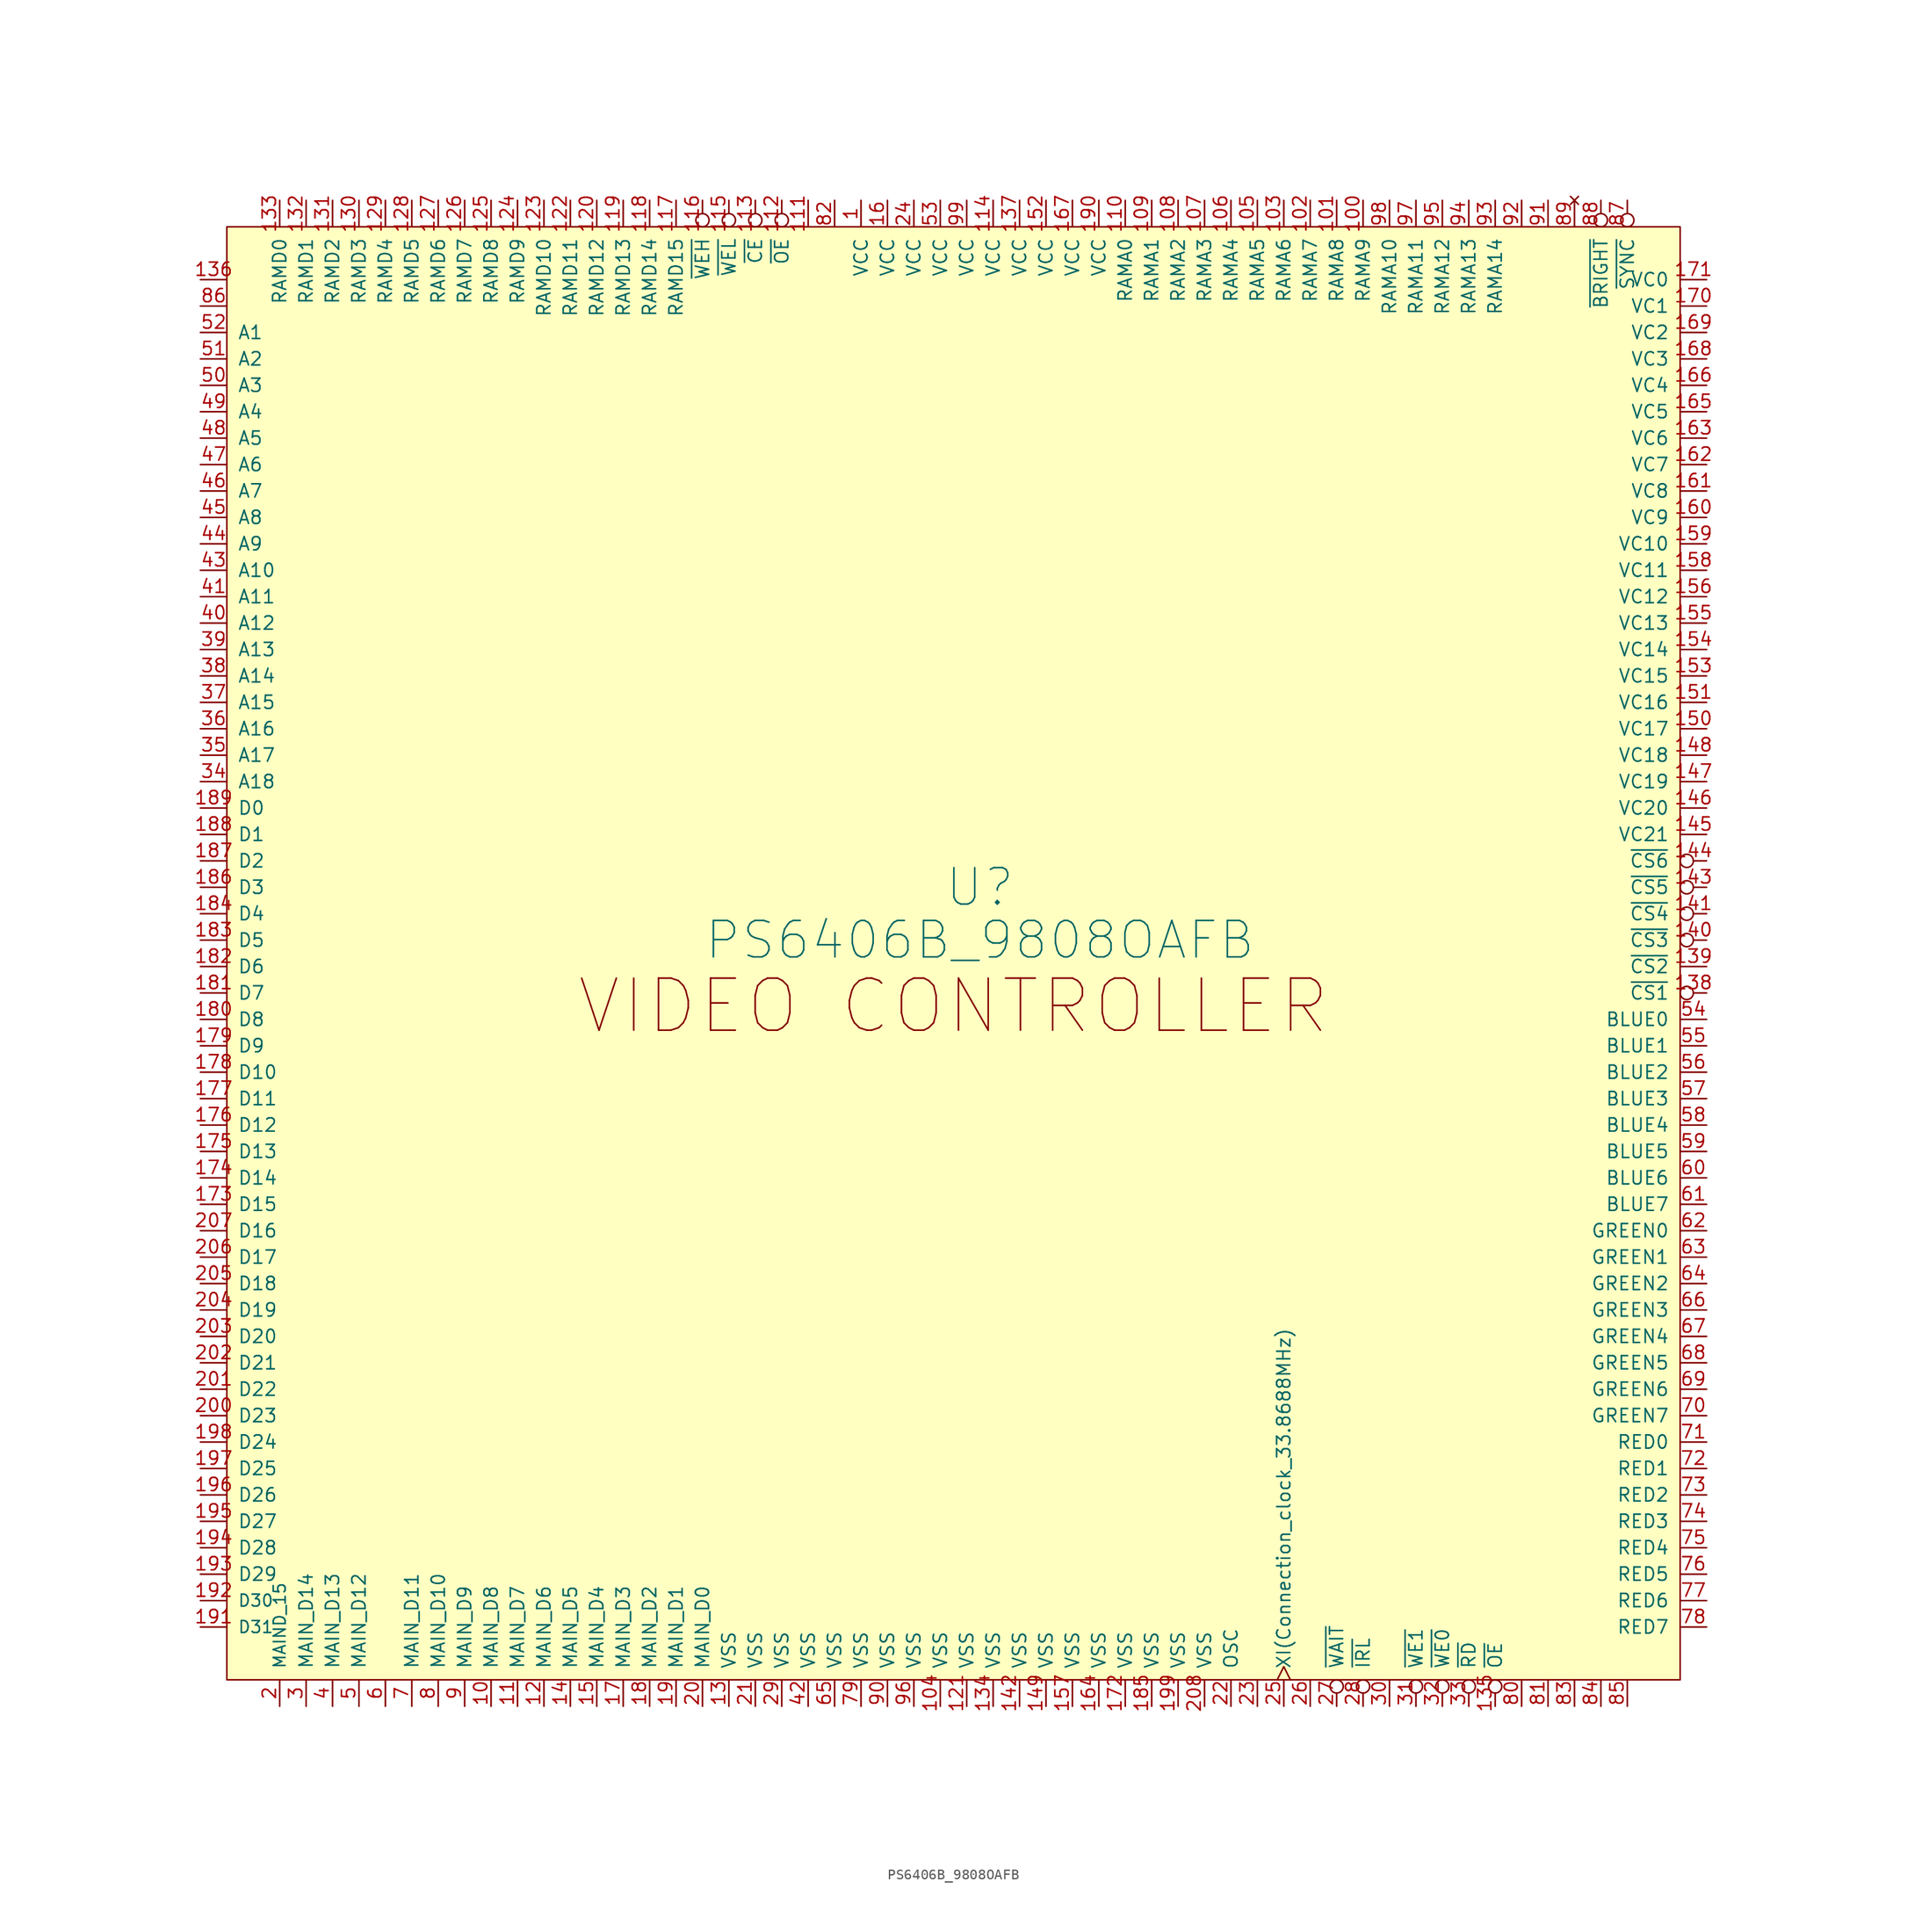
<source format=kicad_sym>
(kicad_symbol_lib
  (version 20211014)
  (generator kicad_symbol_editor)
  (symbol "PS6406B_9808OAFB"
    (pin_names
      (offset 1.016))
    (property "Reference" "U"
      (at 0 5.08 0)
      (effects (font (size 3.505 3.505))))
    (property "Value" "PS6406B_9808OAFB"
      (at 0 0 0)
      (effects (font (size 3.505 3.505))))
    (symbol "PS6406B_9808OAFB_0_0"
      (text "VIDEO CONTROLLER" (at -2.54 -6.35 0) (effects (font (size 5.004 5.004)))))
    (symbol "PS6406B_9808OAFB_0_1"
      (rectangle (start -72.39 68.58) (end 67.31 -71.12) (stroke (width 0) (type default) (color 0 0 0 0)) (fill (type background))))
    (symbol "PS6406B_9808OAFB_1_1"
      (pin power_in line (at -11.43 71.12 270) (length 2.54) (name "VCC" (effects (font (size 1.27 1.27)))) (number "1" (effects (font (size 1.27 1.27)))))
      (pin tri_state line (at -46.99 -73.66 90) (length 2.54) (name "MAIN_D8" (effects (font (size 1.27 1.27)))) (number "10" (effects (font (size 1.27 1.27)))))
      (pin output line (at 36.83 71.12 270) (length 2.54) (name "RAMA9" (effects (font (size 1.27 1.27)))) (number "100" (effects (font (size 1.27 1.27)))))
      (pin output line (at 34.29 71.12 270) (length 2.54) (name "RAMA8" (effects (font (size 1.27 1.27)))) (number "101" (effects (font (size 1.27 1.27)))))
      (pin output line (at 31.75 71.12 270) (length 2.54) (name "RAMA7" (effects (font (size 1.27 1.27)))) (number "102" (effects (font (size 1.27 1.27)))))
      (pin output line (at 29.21 71.12 270) (length 2.54) (name "RAMA6" (effects (font (size 1.27 1.27)))) (number "103" (effects (font (size 1.27 1.27)))))
      (pin power_in line (at -3.81 -73.66 90) (length 2.54) (name "VSS" (effects (font (size 1.27 1.27)))) (number "104" (effects (font (size 1.27 1.27)))))
      (pin output line (at 26.67 71.12 270) (length 2.54) (name "RAMA5" (effects (font (size 1.27 1.27)))) (number "105" (effects (font (size 1.27 1.27)))))
      (pin output line (at 24.13 71.12 270) (length 2.54) (name "RAMA4" (effects (font (size 1.27 1.27)))) (number "106" (effects (font (size 1.27 1.27)))))
      (pin output line (at 21.59 71.12 270) (length 2.54) (name "RAMA3" (effects (font (size 1.27 1.27)))) (number "107" (effects (font (size 1.27 1.27)))))
      (pin output line (at 19.05 71.12 270) (length 2.54) (name "RAMA2" (effects (font (size 1.27 1.27)))) (number "108" (effects (font (size 1.27 1.27)))))
      (pin output line (at 16.51 71.12 270) (length 2.54) (name "RAMA1" (effects (font (size 1.27 1.27)))) (number "109" (effects (font (size 1.27 1.27)))))
      (pin tri_state line (at -44.45 -73.66 90) (length 2.54) (name "MAIN_D7" (effects (font (size 1.27 1.27)))) (number "11" (effects (font (size 1.27 1.27)))))
      (pin output line (at 13.97 71.12 270) (length 2.54) (name "RAMA0" (effects (font (size 1.27 1.27)))) (number "110" (effects (font (size 1.27 1.27)))))
      (pin input line (at -16.51 71.12 270) (length 2.54) (name "~" (effects (font (size 1.27 1.27)))) (number "111" (effects (font (size 1.27 1.27)))))
      (pin output inverted (at -19.05 71.12 270) (length 2.54) (name "~{OE}" (effects (font (size 1.27 1.27)))) (number "112" (effects (font (size 1.27 1.27)))))
      (pin output inverted (at -21.59 71.12 270) (length 2.54) (name "~{CE}" (effects (font (size 1.27 1.27)))) (number "113" (effects (font (size 1.27 1.27)))))
      (pin power_in line (at 1.27 71.12 270) (length 2.54) (name "VCC" (effects (font (size 1.27 1.27)))) (number "114" (effects (font (size 1.27 1.27)))))
      (pin output inverted (at -24.13 71.12 270) (length 2.54) (name "~{WEL}" (effects (font (size 1.27 1.27)))) (number "115" (effects (font (size 1.27 1.27)))))
      (pin output inverted (at -26.67 71.12 270) (length 2.54) (name "~{WEH}" (effects (font (size 1.27 1.27)))) (number "116" (effects (font (size 1.27 1.27)))))
      (pin input line (at -29.21 71.12 270) (length 2.54) (name "RAMD15" (effects (font (size 1.27 1.27)))) (number "117" (effects (font (size 1.27 1.27)))))
      (pin input line (at -31.75 71.12 270) (length 2.54) (name "RAMD14" (effects (font (size 1.27 1.27)))) (number "118" (effects (font (size 1.27 1.27)))))
      (pin input line (at -34.29 71.12 270) (length 2.54) (name "RAMD13" (effects (font (size 1.27 1.27)))) (number "119" (effects (font (size 1.27 1.27)))))
      (pin tri_state line (at -41.91 -73.66 90) (length 2.54) (name "MAIN_D6" (effects (font (size 1.27 1.27)))) (number "12" (effects (font (size 1.27 1.27)))))
      (pin input line (at -36.83 71.12 270) (length 2.54) (name "RAMD12" (effects (font (size 1.27 1.27)))) (number "120" (effects (font (size 1.27 1.27)))))
      (pin power_in line (at -1.27 -73.66 90) (length 2.54) (name "VSS" (effects (font (size 1.27 1.27)))) (number "121" (effects (font (size 1.27 1.27)))))
      (pin input line (at -39.37 71.12 270) (length 2.54) (name "RAMD11" (effects (font (size 1.27 1.27)))) (number "122" (effects (font (size 1.27 1.27)))))
      (pin input line (at -41.91 71.12 270) (length 2.54) (name "RAMD10" (effects (font (size 1.27 1.27)))) (number "123" (effects (font (size 1.27 1.27)))))
      (pin input line (at -44.45 71.12 270) (length 2.54) (name "RAMD9" (effects (font (size 1.27 1.27)))) (number "124" (effects (font (size 1.27 1.27)))))
      (pin input line (at -46.99 71.12 270) (length 2.54) (name "RAMD8" (effects (font (size 1.27 1.27)))) (number "125" (effects (font (size 1.27 1.27)))))
      (pin input line (at -49.53 71.12 270) (length 2.54) (name "RAMD7" (effects (font (size 1.27 1.27)))) (number "126" (effects (font (size 1.27 1.27)))))
      (pin input line (at -52.07 71.12 270) (length 2.54) (name "RAMD6" (effects (font (size 1.27 1.27)))) (number "127" (effects (font (size 1.27 1.27)))))
      (pin input line (at -54.61 71.12 270) (length 2.54) (name "RAMD5" (effects (font (size 1.27 1.27)))) (number "128" (effects (font (size 1.27 1.27)))))
      (pin input line (at -57.15 71.12 270) (length 2.54) (name "RAMD4" (effects (font (size 1.27 1.27)))) (number "129" (effects (font (size 1.27 1.27)))))
      (pin power_in line (at -24.13 -73.66 90) (length 2.54) (name "VSS" (effects (font (size 1.27 1.27)))) (number "13" (effects (font (size 1.27 1.27)))))
      (pin input line (at -59.69 71.12 270) (length 2.54) (name "RAMD3" (effects (font (size 1.27 1.27)))) (number "130" (effects (font (size 1.27 1.27)))))
      (pin input line (at -62.23 71.12 270) (length 2.54) (name "RAMD2" (effects (font (size 1.27 1.27)))) (number "131" (effects (font (size 1.27 1.27)))))
      (pin input line (at -64.77 71.12 270) (length 2.54) (name "RAMD1" (effects (font (size 1.27 1.27)))) (number "132" (effects (font (size 1.27 1.27)))))
      (pin input line (at -67.31 71.12 270) (length 2.54) (name "RAMD0" (effects (font (size 1.27 1.27)))) (number "133" (effects (font (size 1.27 1.27)))))
      (pin power_in line (at 1.27 -73.66 90) (length 2.54) (name "VSS" (effects (font (size 1.27 1.27)))) (number "134" (effects (font (size 1.27 1.27)))))
      (pin output inverted (at 49.53 -73.66 90) (length 2.54) (name "~{OE}" (effects (font (size 1.27 1.27)))) (number "135" (effects (font (size 1.27 1.27)))))
      (pin input line (at -74.93 63.5 0) (length 2.54) (name "~" (effects (font (size 1.27 1.27)))) (number "136" (effects (font (size 1.27 1.27)))))
      (pin power_in line (at 3.81 71.12 270) (length 2.54) (name "VCC" (effects (font (size 1.27 1.27)))) (number "137" (effects (font (size 1.27 1.27)))))
      (pin output inverted (at 69.85 -5.08 180) (length 2.54) (name "~{CS1}" (effects (font (size 1.27 1.27)))) (number "138" (effects (font (size 1.27 1.27)))))
      (pin output line (at 69.85 -2.54 180) (length 2.54) (name "~{CS2}" (effects (font (size 1.27 1.27)))) (number "139" (effects (font (size 1.27 1.27)))))
      (pin tri_state line (at -39.37 -73.66 90) (length 2.54) (name "MAIN_D5" (effects (font (size 1.27 1.27)))) (number "14" (effects (font (size 1.27 1.27)))))
      (pin output inverted (at 69.85 0 180) (length 2.54) (name "~{CS3}" (effects (font (size 1.27 1.27)))) (number "140" (effects (font (size 1.27 1.27)))))
      (pin output inverted (at 69.85 2.54 180) (length 2.54) (name "~{CS4}" (effects (font (size 1.27 1.27)))) (number "141" (effects (font (size 1.27 1.27)))))
      (pin power_in line (at 3.81 -73.66 90) (length 2.54) (name "VSS" (effects (font (size 1.27 1.27)))) (number "142" (effects (font (size 1.27 1.27)))))
      (pin output inverted (at 69.85 5.08 180) (length 2.54) (name "~{CS5}" (effects (font (size 1.27 1.27)))) (number "143" (effects (font (size 1.27 1.27)))))
      (pin output inverted (at 69.85 7.62 180) (length 2.54) (name "~{CS6}" (effects (font (size 1.27 1.27)))) (number "144" (effects (font (size 1.27 1.27)))))
      (pin output line (at 69.85 10.16 180) (length 2.54) (name "VC21" (effects (font (size 1.27 1.27)))) (number "145" (effects (font (size 1.27 1.27)))))
      (pin output line (at 69.85 12.7 180) (length 2.54) (name "VC20" (effects (font (size 1.27 1.27)))) (number "146" (effects (font (size 1.27 1.27)))))
      (pin output line (at 69.85 15.24 180) (length 2.54) (name "VC19" (effects (font (size 1.27 1.27)))) (number "147" (effects (font (size 1.27 1.27)))))
      (pin output line (at 69.85 17.78 180) (length 2.54) (name "VC18" (effects (font (size 1.27 1.27)))) (number "148" (effects (font (size 1.27 1.27)))))
      (pin power_in line (at 6.35 -73.66 90) (length 2.54) (name "VSS" (effects (font (size 1.27 1.27)))) (number "149" (effects (font (size 1.27 1.27)))))
      (pin tri_state line (at -36.83 -73.66 90) (length 2.54) (name "MAIN_D4" (effects (font (size 1.27 1.27)))) (number "15" (effects (font (size 1.27 1.27)))))
      (pin output line (at 69.85 20.32 180) (length 2.54) (name "VC17" (effects (font (size 1.27 1.27)))) (number "150" (effects (font (size 1.27 1.27)))))
      (pin output line (at 69.85 22.86 180) (length 2.54) (name "VC16" (effects (font (size 1.27 1.27)))) (number "151" (effects (font (size 1.27 1.27)))))
      (pin power_in line (at 6.35 71.12 270) (length 2.54) (name "VCC" (effects (font (size 1.27 1.27)))) (number "152" (effects (font (size 1.27 1.27)))))
      (pin output line (at 69.85 25.4 180) (length 2.54) (name "VC15" (effects (font (size 1.27 1.27)))) (number "153" (effects (font (size 1.27 1.27)))))
      (pin output line (at 69.85 27.94 180) (length 2.54) (name "VC14" (effects (font (size 1.27 1.27)))) (number "154" (effects (font (size 1.27 1.27)))))
      (pin output line (at 69.85 30.48 180) (length 2.54) (name "VC13" (effects (font (size 1.27 1.27)))) (number "155" (effects (font (size 1.27 1.27)))))
      (pin output line (at 69.85 33.02 180) (length 2.54) (name "VC12" (effects (font (size 1.27 1.27)))) (number "156" (effects (font (size 1.27 1.27)))))
      (pin power_in line (at 8.89 -73.66 90) (length 2.54) (name "VSS" (effects (font (size 1.27 1.27)))) (number "157" (effects (font (size 1.27 1.27)))))
      (pin output line (at 69.85 35.56 180) (length 2.54) (name "VC11" (effects (font (size 1.27 1.27)))) (number "158" (effects (font (size 1.27 1.27)))))
      (pin output line (at 69.85 38.1 180) (length 2.54) (name "VC10" (effects (font (size 1.27 1.27)))) (number "159" (effects (font (size 1.27 1.27)))))
      (pin power_in line (at -8.89 71.12 270) (length 2.54) (name "VCC" (effects (font (size 1.27 1.27)))) (number "16" (effects (font (size 1.27 1.27)))))
      (pin output line (at 69.85 40.64 180) (length 2.54) (name "VC9" (effects (font (size 1.27 1.27)))) (number "160" (effects (font (size 1.27 1.27)))))
      (pin output line (at 69.85 43.18 180) (length 2.54) (name "VC8" (effects (font (size 1.27 1.27)))) (number "161" (effects (font (size 1.27 1.27)))))
      (pin output line (at 69.85 45.72 180) (length 2.54) (name "VC7" (effects (font (size 1.27 1.27)))) (number "162" (effects (font (size 1.27 1.27)))))
      (pin output line (at 69.85 48.26 180) (length 2.54) (name "VC6" (effects (font (size 1.27 1.27)))) (number "163" (effects (font (size 1.27 1.27)))))
      (pin power_in line (at 11.43 -73.66 90) (length 2.54) (name "VSS" (effects (font (size 1.27 1.27)))) (number "164" (effects (font (size 1.27 1.27)))))
      (pin output line (at 69.85 50.8 180) (length 2.54) (name "VC5" (effects (font (size 1.27 1.27)))) (number "165" (effects (font (size 1.27 1.27)))))
      (pin output line (at 69.85 53.34 180) (length 2.54) (name "VC4" (effects (font (size 1.27 1.27)))) (number "166" (effects (font (size 1.27 1.27)))))
      (pin power_in line (at 8.89 71.12 270) (length 2.54) (name "VCC" (effects (font (size 1.27 1.27)))) (number "167" (effects (font (size 1.27 1.27)))))
      (pin output line (at 69.85 55.88 180) (length 2.54) (name "VC3" (effects (font (size 1.27 1.27)))) (number "168" (effects (font (size 1.27 1.27)))))
      (pin output line (at 69.85 58.42 180) (length 2.54) (name "VC2" (effects (font (size 1.27 1.27)))) (number "169" (effects (font (size 1.27 1.27)))))
      (pin tri_state line (at -34.29 -73.66 90) (length 2.54) (name "MAIN_D3" (effects (font (size 1.27 1.27)))) (number "17" (effects (font (size 1.27 1.27)))))
      (pin output line (at 69.85 60.96 180) (length 2.54) (name "VC1" (effects (font (size 1.27 1.27)))) (number "170" (effects (font (size 1.27 1.27)))))
      (pin output line (at 69.85 63.5 180) (length 2.54) (name "VC0" (effects (font (size 1.27 1.27)))) (number "171" (effects (font (size 1.27 1.27)))))
      (pin power_in line (at 13.97 -73.66 90) (length 2.54) (name "VSS" (effects (font (size 1.27 1.27)))) (number "172" (effects (font (size 1.27 1.27)))))
      (pin input line (at -74.93 -25.4 0) (length 2.54) (name "D15" (effects (font (size 1.27 1.27)))) (number "173" (effects (font (size 1.27 1.27)))))
      (pin input line (at -74.93 -22.86 0) (length 2.54) (name "D14" (effects (font (size 1.27 1.27)))) (number "174" (effects (font (size 1.27 1.27)))))
      (pin input line (at -74.93 -20.32 0) (length 2.54) (name "D13" (effects (font (size 1.27 1.27)))) (number "175" (effects (font (size 1.27 1.27)))))
      (pin input line (at -74.93 -17.78 0) (length 2.54) (name "D12" (effects (font (size 1.27 1.27)))) (number "176" (effects (font (size 1.27 1.27)))))
      (pin input line (at -74.93 -15.24 0) (length 2.54) (name "D11" (effects (font (size 1.27 1.27)))) (number "177" (effects (font (size 1.27 1.27)))))
      (pin input line (at -74.93 -12.7 0) (length 2.54) (name "D10" (effects (font (size 1.27 1.27)))) (number "178" (effects (font (size 1.27 1.27)))))
      (pin input line (at -74.93 -10.16 0) (length 2.54) (name "D9" (effects (font (size 1.27 1.27)))) (number "179" (effects (font (size 1.27 1.27)))))
      (pin tri_state line (at -31.75 -73.66 90) (length 2.54) (name "MAIN_D2" (effects (font (size 1.27 1.27)))) (number "18" (effects (font (size 1.27 1.27)))))
      (pin input line (at -74.93 -7.62 0) (length 2.54) (name "D8" (effects (font (size 1.27 1.27)))) (number "180" (effects (font (size 1.27 1.27)))))
      (pin input line (at -74.93 -5.08 0) (length 2.54) (name "D7" (effects (font (size 1.27 1.27)))) (number "181" (effects (font (size 1.27 1.27)))))
      (pin input line (at -74.93 -2.54 0) (length 2.54) (name "D6" (effects (font (size 1.27 1.27)))) (number "182" (effects (font (size 1.27 1.27)))))
      (pin input line (at -74.93 0 0) (length 2.54) (name "D5" (effects (font (size 1.27 1.27)))) (number "183" (effects (font (size 1.27 1.27)))))
      (pin input line (at -74.93 2.54 0) (length 2.54) (name "D4" (effects (font (size 1.27 1.27)))) (number "184" (effects (font (size 1.27 1.27)))))
      (pin power_in line (at 16.51 -73.66 90) (length 2.54) (name "VSS" (effects (font (size 1.27 1.27)))) (number "185" (effects (font (size 1.27 1.27)))))
      (pin input line (at -74.93 5.08 0) (length 2.54) (name "D3" (effects (font (size 1.27 1.27)))) (number "186" (effects (font (size 1.27 1.27)))))
      (pin input line (at -74.93 7.62 0) (length 2.54) (name "D2" (effects (font (size 1.27 1.27)))) (number "187" (effects (font (size 1.27 1.27)))))
      (pin input line (at -74.93 10.16 0) (length 2.54) (name "D1" (effects (font (size 1.27 1.27)))) (number "188" (effects (font (size 1.27 1.27)))))
      (pin input line (at -74.93 12.7 0) (length 2.54) (name "D0" (effects (font (size 1.27 1.27)))) (number "189" (effects (font (size 1.27 1.27)))))
      (pin tri_state line (at -29.21 -73.66 90) (length 2.54) (name "MAIN_D1" (effects (font (size 1.27 1.27)))) (number "19" (effects (font (size 1.27 1.27)))))
      (pin power_in line (at 11.43 71.12 270) (length 2.54) (name "VCC" (effects (font (size 1.27 1.27)))) (number "190" (effects (font (size 1.27 1.27)))))
      (pin input line (at -74.93 -66.04 0) (length 2.54) (name "D31" (effects (font (size 1.143 1.143)))) (number "191" (effects (font (size 1.27 1.27)))))
      (pin input line (at -74.93 -63.5 0) (length 2.54) (name "D30" (effects (font (size 1.143 1.143)))) (number "192" (effects (font (size 1.27 1.27)))))
      (pin input line (at -74.93 -60.96 0) (length 2.54) (name "D29" (effects (font (size 1.27 1.27)))) (number "193" (effects (font (size 1.27 1.27)))))
      (pin input line (at -74.93 -58.42 0) (length 2.54) (name "D28" (effects (font (size 1.27 1.27)))) (number "194" (effects (font (size 1.27 1.27)))))
      (pin input line (at -74.93 -55.88 0) (length 2.54) (name "D27" (effects (font (size 1.27 1.27)))) (number "195" (effects (font (size 1.27 1.27)))))
      (pin input line (at -74.93 -53.34 0) (length 2.54) (name "D26" (effects (font (size 1.27 1.27)))) (number "196" (effects (font (size 1.27 1.27)))))
      (pin input line (at -74.93 -50.8 0) (length 2.54) (name "D25" (effects (font (size 1.27 1.27)))) (number "197" (effects (font (size 1.27 1.27)))))
      (pin input line (at -74.93 -48.26 0) (length 2.54) (name "D24" (effects (font (size 1.27 1.27)))) (number "198" (effects (font (size 1.27 1.27)))))
      (pin power_in line (at 19.05 -73.66 90) (length 2.54) (name "VSS" (effects (font (size 1.27 1.27)))) (number "199" (effects (font (size 1.27 1.27)))))
      (pin tri_state line (at -67.31 -73.66 90) (length 2.54) (name "MAIND_15" (effects (font (size 1.143 1.143)))) (number "2" (effects (font (size 1.27 1.27)))))
      (pin tri_state line (at -26.67 -73.66 90) (length 2.54) (name "MAIN_D0" (effects (font (size 1.27 1.27)))) (number "20" (effects (font (size 1.27 1.27)))))
      (pin input line (at -74.93 -45.72 0) (length 2.54) (name "D23" (effects (font (size 1.27 1.27)))) (number "200" (effects (font (size 1.27 1.27)))))
      (pin input line (at -74.93 -43.18 0) (length 2.54) (name "D22" (effects (font (size 1.27 1.27)))) (number "201" (effects (font (size 1.27 1.27)))))
      (pin input line (at -74.93 -40.64 0) (length 2.54) (name "D21" (effects (font (size 1.27 1.27)))) (number "202" (effects (font (size 1.27 1.27)))))
      (pin input line (at -74.93 -38.1 0) (length 2.54) (name "D20" (effects (font (size 1.27 1.27)))) (number "203" (effects (font (size 1.27 1.27)))))
      (pin input line (at -74.93 -35.56 0) (length 2.54) (name "D19" (effects (font (size 1.27 1.27)))) (number "204" (effects (font (size 1.27 1.27)))))
      (pin input line (at -74.93 -33.02 0) (length 2.54) (name "D18" (effects (font (size 1.27 1.27)))) (number "205" (effects (font (size 1.27 1.27)))))
      (pin input line (at -74.93 -30.48 0) (length 2.54) (name "D17" (effects (font (size 1.27 1.27)))) (number "206" (effects (font (size 1.27 1.27)))))
      (pin input line (at -74.93 -27.94 0) (length 2.54) (name "D16" (effects (font (size 1.27 1.27)))) (number "207" (effects (font (size 1.27 1.27)))))
      (pin power_in line (at 21.59 -73.66 90) (length 2.54) (name "VSS" (effects (font (size 1.27 1.27)))) (number "208" (effects (font (size 1.27 1.27)))))
      (pin power_in line (at -21.59 -73.66 90) (length 2.54) (name "VSS" (effects (font (size 1.27 1.27)))) (number "21" (effects (font (size 1.27 1.27)))))
      (pin input line (at 24.13 -73.66 90) (length 2.54) (name "OSC" (effects (font (size 1.27 1.27)))) (number "22" (effects (font (size 1.27 1.27)))))
      (pin output line (at 26.67 -73.66 90) (length 2.54) (name "~" (effects (font (size 1.27 1.27)))) (number "23" (effects (font (size 1.27 1.27)))))
      (pin power_in line (at -6.35 71.12 270) (length 2.54) (name "VCC" (effects (font (size 1.27 1.27)))) (number "24" (effects (font (size 1.27 1.27)))))
      (pin output clock (at 29.21 -73.66 90) (length 2.54) (name "XI(Connection_clock_33.8688MHz)" (effects (font (size 1.27 1.27)))) (number "25" (effects (font (size 1.27 1.27)))))
      (pin output line (at 31.75 -73.66 90) (length 2.54) (name "~" (effects (font (size 1.27 1.27)))) (number "26" (effects (font (size 1.27 1.27)))))
      (pin output inverted (at 34.29 -73.66 90) (length 2.54) (name "~{WAIT}" (effects (font (size 1.27 1.27)))) (number "27" (effects (font (size 1.27 1.27)))))
      (pin output inverted (at 36.83 -73.66 90) (length 2.54) (name "~{IRL}" (effects (font (size 1.27 1.27)))) (number "28" (effects (font (size 1.27 1.27)))))
      (pin power_in line (at -19.05 -73.66 90) (length 2.54) (name "VSS" (effects (font (size 1.27 1.27)))) (number "29" (effects (font (size 1.27 1.27)))))
      (pin tri_state line (at -64.77 -73.66 90) (length 2.54) (name "MAIN_D14" (effects (font (size 1.27 1.27)))) (number "3" (effects (font (size 1.27 1.27)))))
      (pin input line (at 39.37 -73.66 90) (length 2.54) (name "~" (effects (font (size 1.27 1.27)))) (number "30" (effects (font (size 1.27 1.27)))))
      (pin input inverted (at 41.91 -73.66 90) (length 2.54) (name "~{WE1}" (effects (font (size 1.27 1.27)))) (number "31" (effects (font (size 1.27 1.27)))))
      (pin input inverted (at 44.45 -73.66 90) (length 2.54) (name "~{WE0}" (effects (font (size 1.27 1.27)))) (number "32" (effects (font (size 1.27 1.27)))))
      (pin input inverted (at 46.99 -73.66 90) (length 2.54) (name "~{RD}" (effects (font (size 1.27 1.27)))) (number "33" (effects (font (size 1.27 1.27)))))
      (pin input line (at -74.93 15.24 0) (length 2.54) (name "A18" (effects (font (size 1.27 1.27)))) (number "34" (effects (font (size 1.27 1.27)))))
      (pin input line (at -74.93 17.78 0) (length 2.54) (name "A17" (effects (font (size 1.27 1.27)))) (number "35" (effects (font (size 1.27 1.27)))))
      (pin input line (at -74.93 20.32 0) (length 2.54) (name "A16" (effects (font (size 1.27 1.27)))) (number "36" (effects (font (size 1.27 1.27)))))
      (pin input line (at -74.93 22.86 0) (length 2.54) (name "A15" (effects (font (size 1.27 1.27)))) (number "37" (effects (font (size 1.27 1.27)))))
      (pin input line (at -74.93 25.4 0) (length 2.54) (name "A14" (effects (font (size 1.27 1.27)))) (number "38" (effects (font (size 1.27 1.27)))))
      (pin input line (at -74.93 27.94 0) (length 2.54) (name "A13" (effects (font (size 1.27 1.27)))) (number "39" (effects (font (size 1.27 1.27)))))
      (pin tri_state line (at -62.23 -73.66 90) (length 2.54) (name "MAIN_D13" (effects (font (size 1.27 1.27)))) (number "4" (effects (font (size 1.27 1.27)))))
      (pin input line (at -74.93 30.48 0) (length 2.54) (name "A12" (effects (font (size 1.27 1.27)))) (number "40" (effects (font (size 1.27 1.27)))))
      (pin input line (at -74.93 33.02 0) (length 2.54) (name "A11" (effects (font (size 1.27 1.27)))) (number "41" (effects (font (size 1.27 1.27)))))
      (pin power_in line (at -16.51 -73.66 90) (length 2.54) (name "VSS" (effects (font (size 1.27 1.27)))) (number "42" (effects (font (size 1.27 1.27)))))
      (pin input line (at -74.93 35.56 0) (length 2.54) (name "A10" (effects (font (size 1.27 1.27)))) (number "43" (effects (font (size 1.27 1.27)))))
      (pin input line (at -74.93 38.1 0) (length 2.54) (name "A9" (effects (font (size 1.27 1.27)))) (number "44" (effects (font (size 1.27 1.27)))))
      (pin input line (at -74.93 40.64 0) (length 2.54) (name "A8" (effects (font (size 1.27 1.27)))) (number "45" (effects (font (size 1.27 1.27)))))
      (pin input line (at -74.93 43.18 0) (length 2.54) (name "A7" (effects (font (size 1.27 1.27)))) (number "46" (effects (font (size 1.27 1.27)))))
      (pin input line (at -74.93 45.72 0) (length 2.54) (name "A6" (effects (font (size 1.27 1.27)))) (number "47" (effects (font (size 1.27 1.27)))))
      (pin input line (at -74.93 48.26 0) (length 2.54) (name "A5" (effects (font (size 1.27 1.27)))) (number "48" (effects (font (size 1.27 1.27)))))
      (pin input line (at -74.93 50.8 0) (length 2.54) (name "A4" (effects (font (size 1.27 1.27)))) (number "49" (effects (font (size 1.27 1.27)))))
      (pin tri_state line (at -59.69 -73.66 90) (length 2.54) (name "MAIN_D12" (effects (font (size 1.27 1.27)))) (number "5" (effects (font (size 1.27 1.27)))))
      (pin input line (at -74.93 53.34 0) (length 2.54) (name "A3" (effects (font (size 1.27 1.27)))) (number "50" (effects (font (size 1.27 1.27)))))
      (pin input line (at -74.93 55.88 0) (length 2.54) (name "A2" (effects (font (size 1.27 1.27)))) (number "51" (effects (font (size 1.27 1.27)))))
      (pin input line (at -74.93 58.42 0) (length 2.54) (name "A1" (effects (font (size 1.27 1.27)))) (number "52" (effects (font (size 1.27 1.27)))))
      (pin power_in line (at -3.81 71.12 270) (length 2.54) (name "VCC" (effects (font (size 1.27 1.27)))) (number "53" (effects (font (size 1.27 1.27)))))
      (pin output line (at 69.85 -7.62 180) (length 2.54) (name "BLUE0" (effects (font (size 1.27 1.27)))) (number "54" (effects (font (size 1.27 1.27)))))
      (pin output line (at 69.85 -10.16 180) (length 2.54) (name "BLUE1" (effects (font (size 1.27 1.27)))) (number "55" (effects (font (size 1.27 1.27)))))
      (pin output line (at 69.85 -12.7 180) (length 2.54) (name "BLUE2" (effects (font (size 1.27 1.27)))) (number "56" (effects (font (size 1.27 1.27)))))
      (pin output line (at 69.85 -15.24 180) (length 2.54) (name "BLUE3" (effects (font (size 1.27 1.27)))) (number "57" (effects (font (size 1.27 1.27)))))
      (pin output line (at 69.85 -17.78 180) (length 2.54) (name "BLUE4" (effects (font (size 1.27 1.27)))) (number "58" (effects (font (size 1.27 1.27)))))
      (pin output line (at 69.85 -20.32 180) (length 2.54) (name "BLUE5" (effects (font (size 1.27 1.27)))) (number "59" (effects (font (size 1.27 1.27)))))
      (pin output line (at -57.15 -73.66 90) (length 2.54) (name "~" (effects (font (size 1.27 1.27)))) (number "6" (effects (font (size 1.27 1.27)))))
      (pin output line (at 69.85 -22.86 180) (length 2.54) (name "BLUE6" (effects (font (size 1.27 1.27)))) (number "60" (effects (font (size 1.27 1.27)))))
      (pin output line (at 69.85 -25.4 180) (length 2.54) (name "BLUE7" (effects (font (size 1.27 1.27)))) (number "61" (effects (font (size 1.27 1.27)))))
      (pin output line (at 69.85 -27.94 180) (length 2.54) (name "GREEN0" (effects (font (size 1.27 1.27)))) (number "62" (effects (font (size 1.27 1.27)))))
      (pin output line (at 69.85 -30.48 180) (length 2.54) (name "GREEN1" (effects (font (size 1.27 1.27)))) (number "63" (effects (font (size 1.27 1.27)))))
      (pin output line (at 69.85 -33.02 180) (length 2.54) (name "GREEN2" (effects (font (size 1.27 1.27)))) (number "64" (effects (font (size 1.27 1.27)))))
      (pin power_in line (at -13.97 -73.66 90) (length 2.54) (name "VSS" (effects (font (size 1.27 1.27)))) (number "65" (effects (font (size 1.27 1.27)))))
      (pin output line (at 69.85 -35.56 180) (length 2.54) (name "GREEN3" (effects (font (size 1.27 1.27)))) (number "66" (effects (font (size 1.27 1.27)))))
      (pin output line (at 69.85 -38.1 180) (length 2.54) (name "GREEN4" (effects (font (size 1.27 1.27)))) (number "67" (effects (font (size 1.27 1.27)))))
      (pin output line (at 69.85 -40.64 180) (length 2.54) (name "GREEN5" (effects (font (size 1.27 1.27)))) (number "68" (effects (font (size 1.27 1.27)))))
      (pin output line (at 69.85 -43.18 180) (length 2.54) (name "GREEN6" (effects (font (size 1.27 1.27)))) (number "69" (effects (font (size 1.27 1.27)))))
      (pin tri_state line (at -54.61 -73.66 90) (length 2.54) (name "MAIN_D11" (effects (font (size 1.27 1.27)))) (number "7" (effects (font (size 1.27 1.27)))))
      (pin output line (at 69.85 -45.72 180) (length 2.54) (name "GREEN7" (effects (font (size 1.27 1.27)))) (number "70" (effects (font (size 1.27 1.27)))))
      (pin output line (at 69.85 -48.26 180) (length 2.54) (name "RED0" (effects (font (size 1.27 1.27)))) (number "71" (effects (font (size 1.27 1.27)))))
      (pin output line (at 69.85 -50.8 180) (length 2.54) (name "RED1" (effects (font (size 1.27 1.27)))) (number "72" (effects (font (size 1.27 1.27)))))
      (pin output line (at 69.85 -53.34 180) (length 2.54) (name "RED2" (effects (font (size 1.27 1.27)))) (number "73" (effects (font (size 1.27 1.27)))))
      (pin output line (at 69.85 -55.88 180) (length 2.54) (name "RED3" (effects (font (size 1.27 1.27)))) (number "74" (effects (font (size 1.27 1.27)))))
      (pin output line (at 69.85 -58.42 180) (length 2.54) (name "RED4" (effects (font (size 1.27 1.27)))) (number "75" (effects (font (size 1.27 1.27)))))
      (pin output line (at 69.85 -60.96 180) (length 2.54) (name "RED5" (effects (font (size 1.27 1.27)))) (number "76" (effects (font (size 1.27 1.27)))))
      (pin output line (at 69.85 -63.5 180) (length 2.54) (name "RED6" (effects (font (size 1.27 1.27)))) (number "77" (effects (font (size 1.27 1.27)))))
      (pin output line (at 69.85 -66.04 180) (length 2.54) (name "RED7" (effects (font (size 1.27 1.27)))) (number "78" (effects (font (size 1.27 1.27)))))
      (pin power_in line (at -11.43 -73.66 90) (length 2.54) (name "VSS" (effects (font (size 1.27 1.27)))) (number "79" (effects (font (size 1.27 1.27)))))
      (pin tri_state line (at -52.07 -73.66 90) (length 2.54) (name "MAIN_D10" (effects (font (size 1.27 1.27)))) (number "8" (effects (font (size 1.27 1.27)))))
      (pin input line (at 52.07 -73.66 90) (length 2.54) (name "~" (effects (font (size 1.27 1.27)))) (number "80" (effects (font (size 1.27 1.27)))))
      (pin input line (at 54.61 -73.66 90) (length 2.54) (name "~" (effects (font (size 1.27 1.27)))) (number "81" (effects (font (size 1.27 1.27)))))
      (pin output line (at -13.97 71.12 270) (length 2.54) (name "~" (effects (font (size 1.27 1.27)))) (number "82" (effects (font (size 1.27 1.27)))))
      (pin output line (at 57.15 -73.66 90) (length 2.54) (name "~" (effects (font (size 1.27 1.27)))) (number "83" (effects (font (size 1.27 1.27)))))
      (pin output line (at 59.69 -73.66 90) (length 2.54) (name "~" (effects (font (size 1.27 1.27)))) (number "84" (effects (font (size 1.27 1.27)))))
      (pin output line (at 62.23 -73.66 90) (length 2.54) (name "~" (effects (font (size 1.27 1.27)))) (number "85" (effects (font (size 1.27 1.27)))))
      (pin output line (at -74.93 60.96 0) (length 2.54) (name "~" (effects (font (size 1.27 1.27)))) (number "86" (effects (font (size 1.27 1.27)))))
      (pin output inverted (at 62.23 71.12 270) (length 2.54) (name "~{SYNC}" (effects (font (size 1.27 1.27)))) (number "87" (effects (font (size 1.27 1.27)))))
      (pin output inverted (at 59.69 71.12 270) (length 2.54) (name "~{BRIGHT}" (effects (font (size 1.27 1.27)))) (number "88" (effects (font (size 1.27 1.27)))))
      (pin no_connect line (at 57.15 71.12 270) (length 2.54) (name "~" (effects (font (size 1.27 1.27)))) (number "89" (effects (font (size 1.27 1.27)))))
      (pin tri_state line (at -49.53 -73.66 90) (length 2.54) (name "MAIN_D9" (effects (font (size 1.27 1.27)))) (number "9" (effects (font (size 1.27 1.27)))))
      (pin power_in line (at -8.89 -73.66 90) (length 2.54) (name "VSS" (effects (font (size 1.27 1.27)))) (number "90" (effects (font (size 1.27 1.27)))))
      (pin output line (at 54.61 71.12 270) (length 2.54) (name "~" (effects (font (size 1.27 1.27)))) (number "91" (effects (font (size 1.27 1.27)))))
      (pin output line (at 52.07 71.12 270) (length 2.54) (name "~" (effects (font (size 1.27 1.27)))) (number "92" (effects (font (size 1.27 1.27)))))
      (pin output line (at 49.53 71.12 270) (length 2.54) (name "RAMA14" (effects (font (size 1.27 1.27)))) (number "93" (effects (font (size 1.27 1.27)))))
      (pin output line (at 46.99 71.12 270) (length 2.54) (name "RAMA13" (effects (font (size 1.27 1.27)))) (number "94" (effects (font (size 1.27 1.27)))))
      (pin output line (at 44.45 71.12 270) (length 2.54) (name "RAMA12" (effects (font (size 1.27 1.27)))) (number "95" (effects (font (size 1.27 1.27)))))
      (pin power_in line (at -6.35 -73.66 90) (length 2.54) (name "VSS" (effects (font (size 1.27 1.27)))) (number "96" (effects (font (size 1.27 1.27)))))
      (pin output line (at 41.91 71.12 270) (length 2.54) (name "RAMA11" (effects (font (size 1.27 1.27)))) (number "97" (effects (font (size 1.27 1.27)))))
      (pin output line (at 39.37 71.12 270) (length 2.54) (name "RAMA10" (effects (font (size 1.27 1.27)))) (number "98" (effects (font (size 1.27 1.27)))))
      (pin power_in line (at -1.27 71.12 270) (length 2.54) (name "VCC" (effects (font (size 1.27 1.27)))) (number "99" (effects (font (size 1.27 1.27))))))))
</source>
